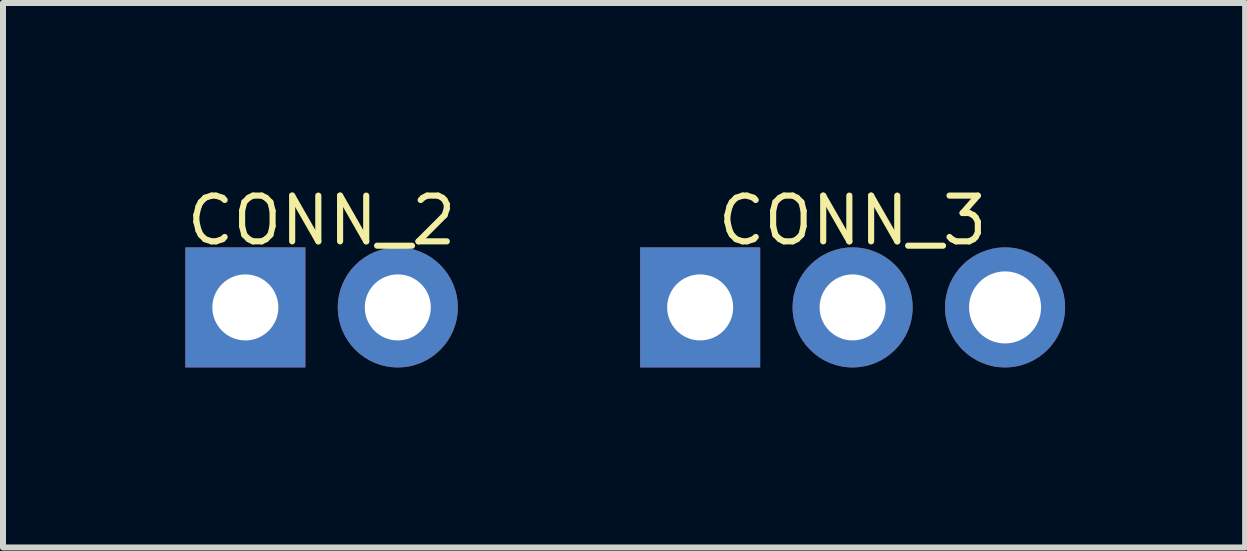
<source format=kicad_pcb>
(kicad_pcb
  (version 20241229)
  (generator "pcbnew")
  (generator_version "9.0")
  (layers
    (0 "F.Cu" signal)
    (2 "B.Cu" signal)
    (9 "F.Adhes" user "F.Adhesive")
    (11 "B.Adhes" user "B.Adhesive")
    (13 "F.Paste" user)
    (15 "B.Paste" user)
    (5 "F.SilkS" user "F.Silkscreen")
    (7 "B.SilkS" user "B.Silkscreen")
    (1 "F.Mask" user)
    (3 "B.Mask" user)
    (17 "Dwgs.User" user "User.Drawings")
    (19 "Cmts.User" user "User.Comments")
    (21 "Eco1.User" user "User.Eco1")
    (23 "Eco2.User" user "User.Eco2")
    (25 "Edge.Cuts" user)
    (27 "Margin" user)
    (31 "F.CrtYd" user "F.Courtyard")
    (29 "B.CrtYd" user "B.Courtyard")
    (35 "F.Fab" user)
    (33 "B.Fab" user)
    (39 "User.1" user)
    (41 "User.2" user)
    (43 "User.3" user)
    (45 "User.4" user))
  (footprint "CONN_2"
    (layer "F.Cu")
    (at 2.308 2.072)
    (property "Reference" "CONN_2" (at 0 -1.448 0) (layer "F.SilkS") (effects (font (size 0.762 0.762) (thickness 0.102))))
    (attr through_hole)
    (pad "1" thru_hole rect (at -1.27 0) (size 2 2) (drill 1.1) (layers "*.Cu" "*.Mask"))
    (pad "2" thru_hole circle (at 1.27 0) (size 2 2) (drill 1.1) (layers "*.Cu" "*.Mask")))
  (footprint "CONN_3"
    (layer "F.Cu")
    (at 11.156 2.072)
    (property "Reference" "CONN_3" (at 0 -1.448 0) (layer "F.SilkS") (effects (font (size 0.762 0.762) (thickness 0.102))))
    (attr through_hole)
    (pad "1" thru_hole rect (at -2.54 0) (size 2 2) (drill 1.1) (layers "*.Cu" "*.Mask"))
    (pad "2" thru_hole circle (at 0 0) (size 2 2) (drill 1.1) (layers "*.Cu" "*.Mask"))
    (pad "3" thru_hole circle (at 2.54 0) (size 2 2) (drill 1.2) (layers "*.Cu" "*.Mask")))
  (gr_rect
    (start -3 -3)
    (end 17.696 6.072)
    (stroke (width 0.1) (type default))
    (fill no)
    (layer "Edge.Cuts")))
</source>
